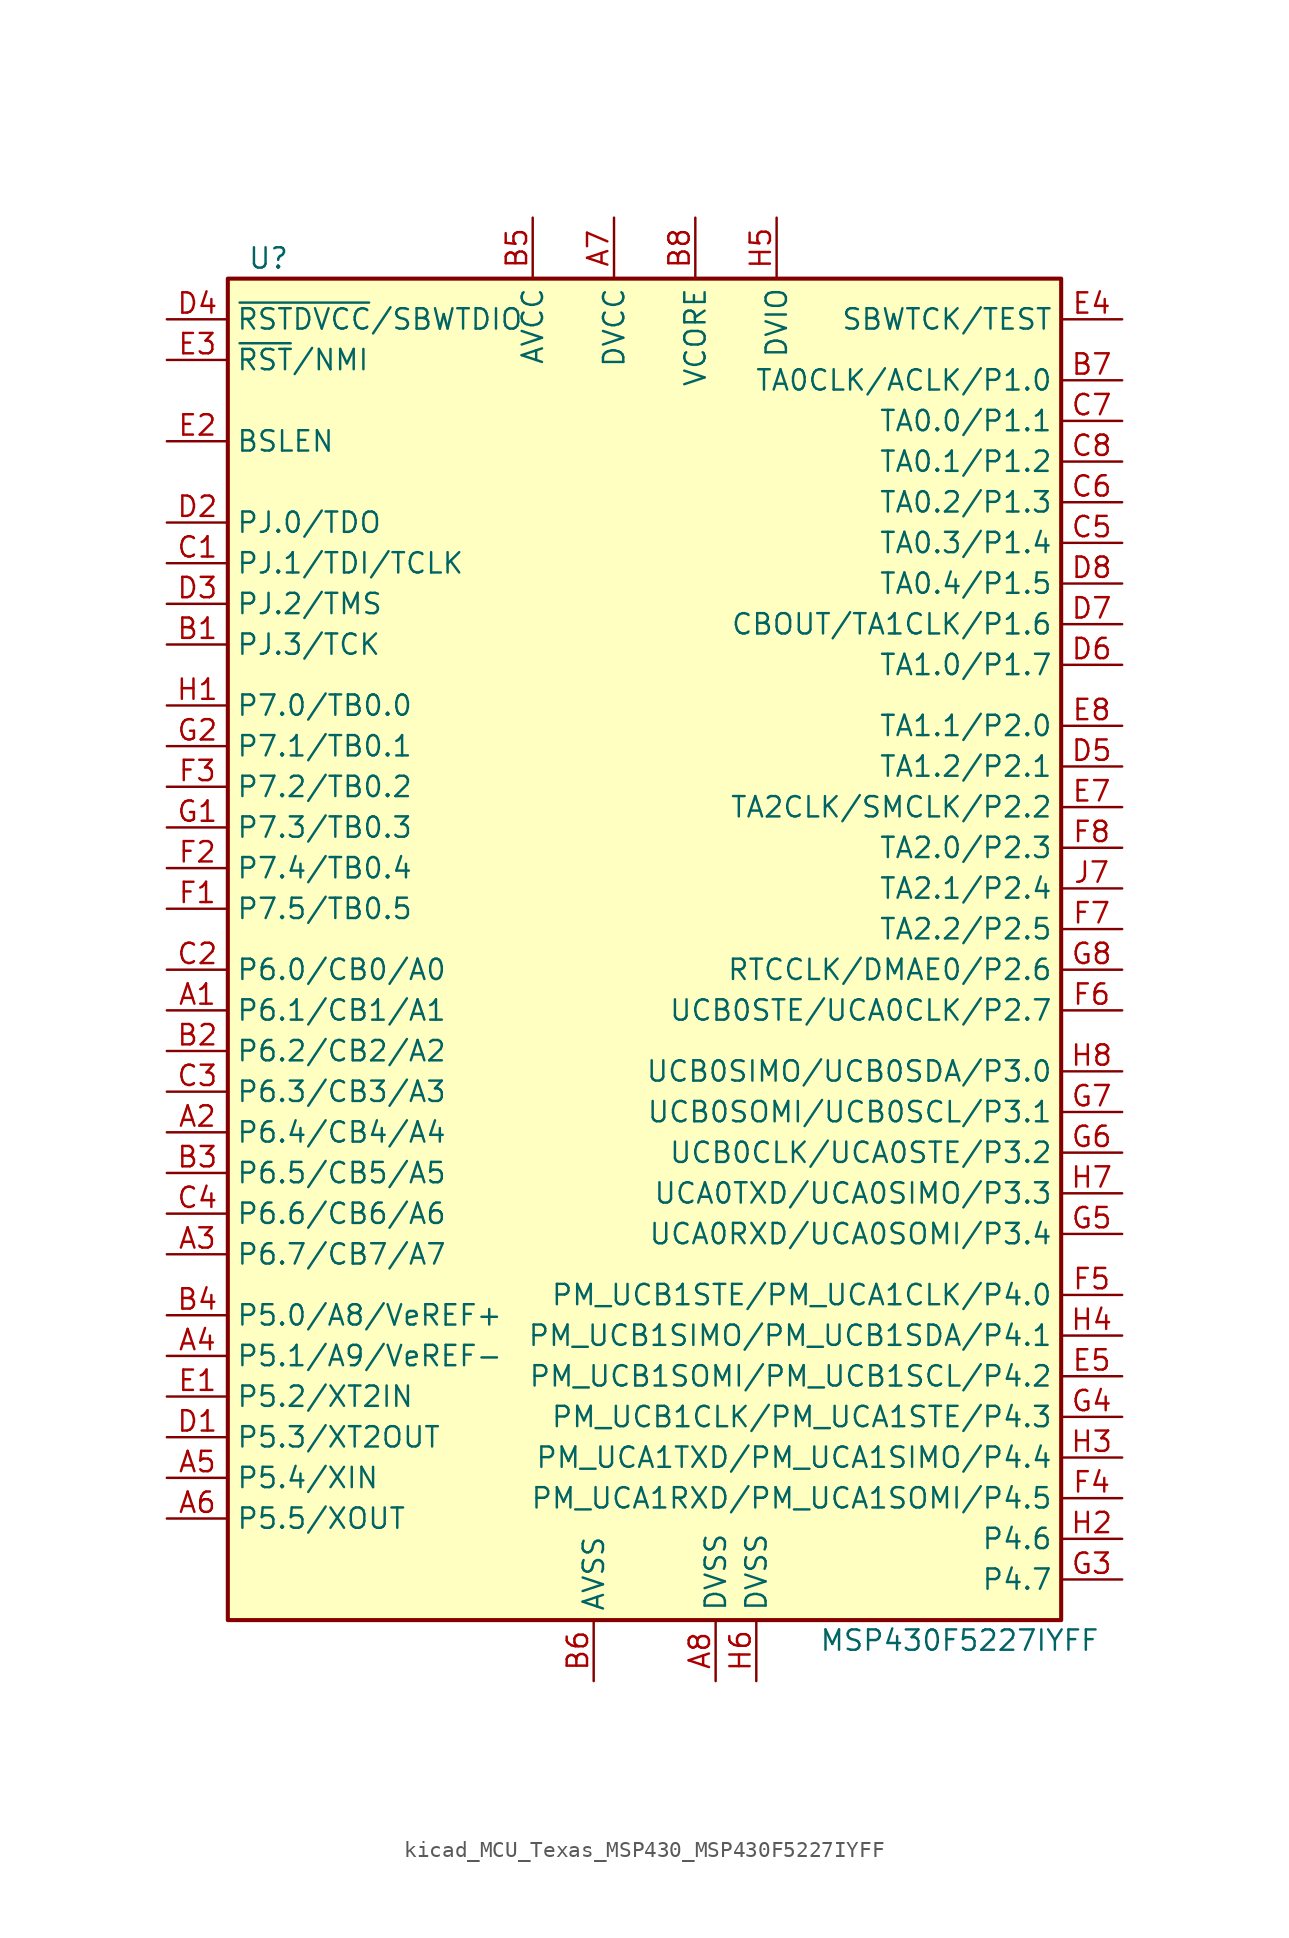
<source format=kicad_sym>
(kicad_symbol_lib
  (version 20220914)
  (generator kicad_symbol_editor)
  (symbol "kicad_MCU_Texas_MSP430_MSP430F5227IYFF"
    (property "Reference" "U"
      (at -24.13 43.18 0)
      (effects (font (size 1.27 1.27))))
    (property "Value" "MSP430F5227IYFF"
      (at 19.05 -43.18 0)
      (effects (font (size 1.27 1.27))))
    (symbol "kicad_MCU_Texas_MSP430_MSP430F5227IYFF_0_1"
      (rectangle (start -26.67 41.91) (end 25.4 -41.91) (stroke (width 0.254) (type default)) (fill (type background))))
    (symbol "kicad_MCU_Texas_MSP430_MSP430F5227IYFF_1_1"
      (pin bidirectional line (at -30.48 -3.81 0) (length 3.81) (name "P6.1/CB1/A1" (effects (font (size 1.27 1.27)))) (number "A1" (effects (font (size 1.27 1.27)))))
      (pin bidirectional line (at -30.48 -11.43 0) (length 3.81) (name "P6.4/CB4/A4" (effects (font (size 1.27 1.27)))) (number "A2" (effects (font (size 1.27 1.27)))))
      (pin bidirectional line (at -30.48 -19.05 0) (length 3.81) (name "P6.7/CB7/A7" (effects (font (size 1.27 1.27)))) (number "A3" (effects (font (size 1.27 1.27)))))
      (pin bidirectional line (at -30.48 -25.4 0) (length 3.81) (name "P5.1/A9/VeREF-" (effects (font (size 1.27 1.27)))) (number "A4" (effects (font (size 1.27 1.27)))))
      (pin bidirectional line (at -30.48 -33.02 0) (length 3.81) (name "P5.4/XIN" (effects (font (size 1.27 1.27)))) (number "A5" (effects (font (size 1.27 1.27)))))
      (pin bidirectional line (at -30.48 -35.56 0) (length 3.81) (name "P5.5/XOUT" (effects (font (size 1.27 1.27)))) (number "A6" (effects (font (size 1.27 1.27)))))
      (pin power_in line (at -2.54 45.72 270) (length 3.81) (name "DVCC" (effects (font (size 1.27 1.27)))) (number "A7" (effects (font (size 1.27 1.27)))))
      (pin power_in line (at 3.81 -45.72 90) (length 3.81) (name "DVSS" (effects (font (size 1.27 1.27)))) (number "A8" (effects (font (size 1.27 1.27)))))
      (pin bidirectional line (at -30.48 19.05 0) (length 3.81) (name "PJ.3/TCK" (effects (font (size 1.27 1.27)))) (number "B1" (effects (font (size 1.27 1.27)))))
      (pin bidirectional line (at -30.48 -6.35 0) (length 3.81) (name "P6.2/CB2/A2" (effects (font (size 1.27 1.27)))) (number "B2" (effects (font (size 1.27 1.27)))))
      (pin bidirectional line (at -30.48 -13.97 0) (length 3.81) (name "P6.5/CB5/A5" (effects (font (size 1.27 1.27)))) (number "B3" (effects (font (size 1.27 1.27)))))
      (pin bidirectional line (at -30.48 -22.86 0) (length 3.81) (name "P5.0/A8/VeREF+" (effects (font (size 1.27 1.27)))) (number "B4" (effects (font (size 1.27 1.27)))))
      (pin power_in line (at -7.62 45.72 270) (length 3.81) (name "AVCC" (effects (font (size 1.27 1.27)))) (number "B5" (effects (font (size 1.27 1.27)))))
      (pin power_in line (at -3.81 -45.72 90) (length 3.81) (name "AVSS" (effects (font (size 1.27 1.27)))) (number "B6" (effects (font (size 1.27 1.27)))))
      (pin bidirectional line (at 29.21 35.56 180) (length 3.81) (name "TA0CLK/ACLK/P1.0" (effects (font (size 1.27 1.27)))) (number "B7" (effects (font (size 1.27 1.27)))))
      (pin power_in line (at 2.54 45.72 270) (length 3.81) (name "VCORE" (effects (font (size 1.27 1.27)))) (number "B8" (effects (font (size 1.27 1.27)))))
      (pin bidirectional line (at -30.48 24.13 0) (length 3.81) (name "PJ.1/TDI/TCLK" (effects (font (size 1.27 1.27)))) (number "C1" (effects (font (size 1.27 1.27)))))
      (pin bidirectional line (at -30.48 -1.27 0) (length 3.81) (name "P6.0/CB0/A0" (effects (font (size 1.27 1.27)))) (number "C2" (effects (font (size 1.27 1.27)))))
      (pin bidirectional line (at -30.48 -8.89 0) (length 3.81) (name "P6.3/CB3/A3" (effects (font (size 1.27 1.27)))) (number "C3" (effects (font (size 1.27 1.27)))))
      (pin bidirectional line (at -30.48 -16.51 0) (length 3.81) (name "P6.6/CB6/A6" (effects (font (size 1.27 1.27)))) (number "C4" (effects (font (size 1.27 1.27)))))
      (pin bidirectional line (at 29.21 25.4 180) (length 3.81) (name "TA0.3/P1.4" (effects (font (size 1.27 1.27)))) (number "C5" (effects (font (size 1.27 1.27)))))
      (pin bidirectional line (at 29.21 27.94 180) (length 3.81) (name "TA0.2/P1.3" (effects (font (size 1.27 1.27)))) (number "C6" (effects (font (size 1.27 1.27)))))
      (pin bidirectional line (at 29.21 33.02 180) (length 3.81) (name "TA0.0/P1.1" (effects (font (size 1.27 1.27)))) (number "C7" (effects (font (size 1.27 1.27)))))
      (pin bidirectional line (at 29.21 30.48 180) (length 3.81) (name "TA0.1/P1.2" (effects (font (size 1.27 1.27)))) (number "C8" (effects (font (size 1.27 1.27)))))
      (pin bidirectional line (at -30.48 -30.48 0) (length 3.81) (name "P5.3/XT2OUT" (effects (font (size 1.27 1.27)))) (number "D1" (effects (font (size 1.27 1.27)))))
      (pin bidirectional line (at -30.48 26.67 0) (length 3.81) (name "PJ.0/TDO" (effects (font (size 1.27 1.27)))) (number "D2" (effects (font (size 1.27 1.27)))))
      (pin bidirectional line (at -30.48 21.59 0) (length 3.81) (name "PJ.2/TMS" (effects (font (size 1.27 1.27)))) (number "D3" (effects (font (size 1.27 1.27)))))
      (pin bidirectional line (at -30.48 39.37 0) (length 3.81) (name "~{RSTDVCC}/SBWTDIO" (effects (font (size 1.27 1.27)))) (number "D4" (effects (font (size 1.27 1.27)))))
      (pin bidirectional line (at 29.21 11.43 180) (length 3.81) (name "TA1.2/P2.1" (effects (font (size 1.27 1.27)))) (number "D5" (effects (font (size 1.27 1.27)))))
      (pin bidirectional line (at 29.21 17.78 180) (length 3.81) (name "TA1.0/P1.7" (effects (font (size 1.27 1.27)))) (number "D6" (effects (font (size 1.27 1.27)))))
      (pin bidirectional line (at 29.21 20.32 180) (length 3.81) (name "CBOUT/TA1CLK/P1.6" (effects (font (size 1.27 1.27)))) (number "D7" (effects (font (size 1.27 1.27)))))
      (pin bidirectional line (at 29.21 22.86 180) (length 3.81) (name "TA0.4/P1.5" (effects (font (size 1.27 1.27)))) (number "D8" (effects (font (size 1.27 1.27)))))
      (pin bidirectional line (at -30.48 -27.94 0) (length 3.81) (name "P5.2/XT2IN" (effects (font (size 1.27 1.27)))) (number "E1" (effects (font (size 1.27 1.27)))))
      (pin bidirectional line (at -30.48 31.75 0) (length 3.81) (name "BSLEN" (effects (font (size 1.27 1.27)))) (number "E2" (effects (font (size 1.27 1.27)))))
      (pin input line (at -30.48 36.83 0) (length 3.81) (name "~{RST}/NMI" (effects (font (size 1.27 1.27)))) (number "E3" (effects (font (size 1.27 1.27)))))
      (pin input line (at 29.21 39.37 180) (length 3.81) (name "SBWTCK/TEST" (effects (font (size 1.27 1.27)))) (number "E4" (effects (font (size 1.27 1.27)))))
      (pin bidirectional line (at 29.21 -26.67 180) (length 3.81) (name "PM_UCB1SOMI/PM_UCB1SCL/P4.2" (effects (font (size 1.27 1.27)))) (number "E5" (effects (font (size 1.27 1.27)))))
      (pin bidirectional line (at 29.21 8.89 180) (length 3.81) (name "TA2CLK/SMCLK/P2.2" (effects (font (size 1.27 1.27)))) (number "E7" (effects (font (size 1.27 1.27)))))
      (pin bidirectional line (at 29.21 13.97 180) (length 3.81) (name "TA1.1/P2.0" (effects (font (size 1.27 1.27)))) (number "E8" (effects (font (size 1.27 1.27)))))
      (pin bidirectional line (at -30.48 2.54 0) (length 3.81) (name "P7.5/TB0.5" (effects (font (size 1.27 1.27)))) (number "F1" (effects (font (size 1.27 1.27)))))
      (pin bidirectional line (at -30.48 5.08 0) (length 3.81) (name "P7.4/TB0.4" (effects (font (size 1.27 1.27)))) (number "F2" (effects (font (size 1.27 1.27)))))
      (pin bidirectional line (at -30.48 10.16 0) (length 3.81) (name "P7.2/TB0.2" (effects (font (size 1.27 1.27)))) (number "F3" (effects (font (size 1.27 1.27)))))
      (pin bidirectional line (at 29.21 -34.29 180) (length 3.81) (name "PM_UCA1RXD/PM_UCA1SOMI/P4.5" (effects (font (size 1.27 1.27)))) (number "F4" (effects (font (size 1.27 1.27)))))
      (pin bidirectional line (at 29.21 -21.59 180) (length 3.81) (name "PM_UCB1STE/PM_UCA1CLK/P4.0" (effects (font (size 1.27 1.27)))) (number "F5" (effects (font (size 1.27 1.27)))))
      (pin bidirectional line (at 29.21 -3.81 180) (length 3.81) (name "UCB0STE/UCA0CLK/P2.7" (effects (font (size 1.27 1.27)))) (number "F6" (effects (font (size 1.27 1.27)))))
      (pin bidirectional line (at 29.21 1.27 180) (length 3.81) (name "TA2.2/P2.5" (effects (font (size 1.27 1.27)))) (number "F7" (effects (font (size 1.27 1.27)))))
      (pin bidirectional line (at 29.21 6.35 180) (length 3.81) (name "TA2.0/P2.3" (effects (font (size 1.27 1.27)))) (number "F8" (effects (font (size 1.27 1.27)))))
      (pin bidirectional line (at -30.48 7.62 0) (length 3.81) (name "P7.3/TB0.3" (effects (font (size 1.27 1.27)))) (number "G1" (effects (font (size 1.27 1.27)))))
      (pin bidirectional line (at -30.48 12.7 0) (length 3.81) (name "P7.1/TB0.1" (effects (font (size 1.27 1.27)))) (number "G2" (effects (font (size 1.27 1.27)))))
      (pin bidirectional line (at 29.21 -39.37 180) (length 3.81) (name "P4.7" (effects (font (size 1.27 1.27)))) (number "G3" (effects (font (size 1.27 1.27)))))
      (pin bidirectional line (at 29.21 -29.21 180) (length 3.81) (name "PM_UCB1CLK/PM_UCA1STE/P4.3" (effects (font (size 1.27 1.27)))) (number "G4" (effects (font (size 1.27 1.27)))))
      (pin bidirectional line (at 29.21 -17.78 180) (length 3.81) (name "UCA0RXD/UCA0SOMI/P3.4" (effects (font (size 1.27 1.27)))) (number "G5" (effects (font (size 1.27 1.27)))))
      (pin bidirectional line (at 29.21 -12.7 180) (length 3.81) (name "UCB0CLK/UCA0STE/P3.2" (effects (font (size 1.27 1.27)))) (number "G6" (effects (font (size 1.27 1.27)))))
      (pin bidirectional line (at 29.21 -10.16 180) (length 3.81) (name "UCB0SOMI/UCB0SCL/P3.1" (effects (font (size 1.27 1.27)))) (number "G7" (effects (font (size 1.27 1.27)))))
      (pin bidirectional line (at 29.21 -1.27 180) (length 3.81) (name "RTCCLK/DMAE0/P2.6" (effects (font (size 1.27 1.27)))) (number "G8" (effects (font (size 1.27 1.27)))))
      (pin bidirectional line (at -30.48 15.24 0) (length 3.81) (name "P7.0/TB0.0" (effects (font (size 1.27 1.27)))) (number "H1" (effects (font (size 1.27 1.27)))))
      (pin bidirectional line (at 29.21 -36.83 180) (length 3.81) (name "P4.6" (effects (font (size 1.27 1.27)))) (number "H2" (effects (font (size 1.27 1.27)))))
      (pin bidirectional line (at 29.21 -31.75 180) (length 3.81) (name "PM_UCA1TXD/PM_UCA1SIMO/P4.4" (effects (font (size 1.27 1.27)))) (number "H3" (effects (font (size 1.27 1.27)))))
      (pin bidirectional line (at 29.21 -24.13 180) (length 3.81) (name "PM_UCB1SIMO/PM_UCB1SDA/P4.1" (effects (font (size 1.27 1.27)))) (number "H4" (effects (font (size 1.27 1.27)))))
      (pin power_in line (at 7.62 45.72 270) (length 3.81) (name "DVIO" (effects (font (size 1.27 1.27)))) (number "H5" (effects (font (size 1.27 1.27)))))
      (pin power_in line (at 6.35 -45.72 90) (length 3.81) (name "DVSS" (effects (font (size 1.27 1.27)))) (number "H6" (effects (font (size 1.27 1.27)))))
      (pin bidirectional line (at 29.21 -15.24 180) (length 3.81) (name "UCA0TXD/UCA0SIMO/P3.3" (effects (font (size 1.27 1.27)))) (number "H7" (effects (font (size 1.27 1.27)))))
      (pin bidirectional line (at 29.21 -7.62 180) (length 3.81) (name "UCB0SIMO/UCB0SDA/P3.0" (effects (font (size 1.27 1.27)))) (number "H8" (effects (font (size 1.27 1.27)))))
      (pin bidirectional line (at 29.21 3.81 180) (length 3.81) (name "TA2.1/P2.4" (effects (font (size 1.27 1.27)))) (number "J7" (effects (font (size 1.27 1.27))))))))
</source>
